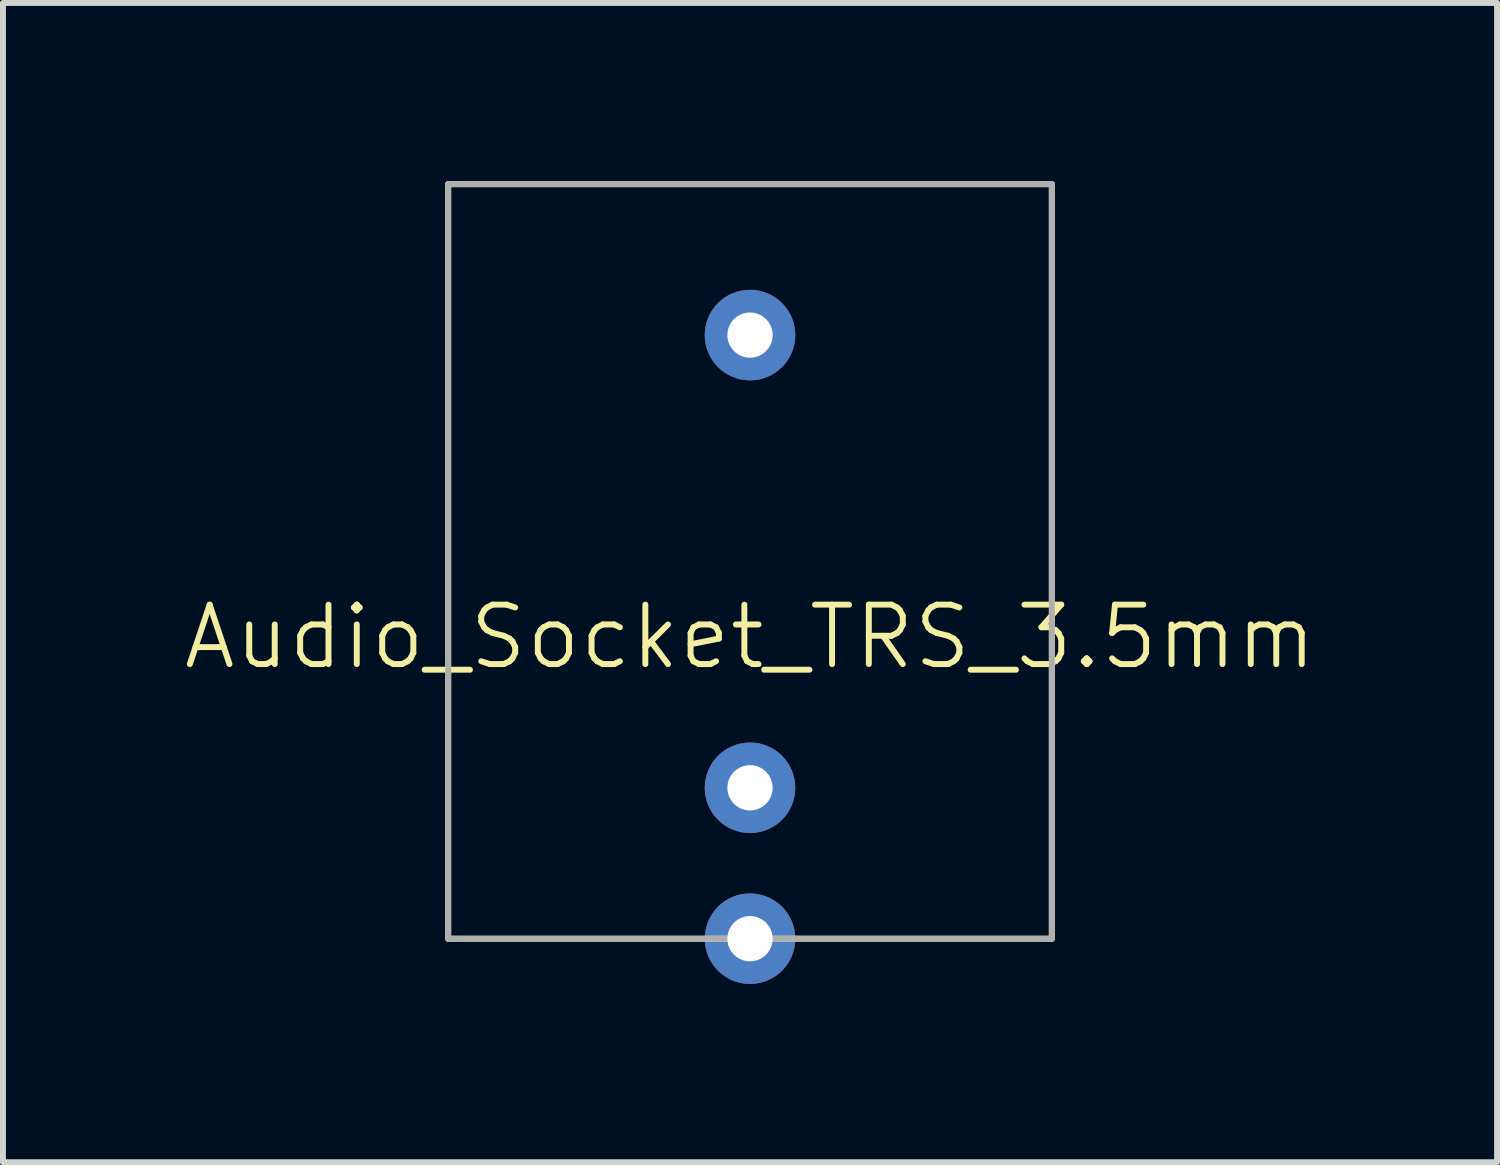
<source format=kicad_pcb>
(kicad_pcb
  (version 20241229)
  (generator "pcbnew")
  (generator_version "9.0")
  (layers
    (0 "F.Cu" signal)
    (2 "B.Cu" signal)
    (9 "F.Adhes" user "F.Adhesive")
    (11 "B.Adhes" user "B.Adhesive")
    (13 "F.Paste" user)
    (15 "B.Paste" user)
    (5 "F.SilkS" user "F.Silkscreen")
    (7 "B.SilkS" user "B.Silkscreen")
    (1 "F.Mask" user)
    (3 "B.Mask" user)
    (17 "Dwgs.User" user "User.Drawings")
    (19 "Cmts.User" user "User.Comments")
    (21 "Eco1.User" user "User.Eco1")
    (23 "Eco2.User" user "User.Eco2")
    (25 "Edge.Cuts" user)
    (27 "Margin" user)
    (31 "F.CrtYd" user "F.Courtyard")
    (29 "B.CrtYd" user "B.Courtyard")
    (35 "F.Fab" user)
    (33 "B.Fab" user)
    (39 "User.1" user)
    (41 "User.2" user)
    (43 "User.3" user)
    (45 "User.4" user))
  (footprint "Audio_Socket_TRS_3.5mm"
    (layer "F.Cu")
    (at 9.574 7.67)
    (property "Reference" "Audio_Socket_TRS_3.5mm" (at 0 0 0) (unlocked yes) (layer "F.SilkS") (effects (font (size 1 1) (thickness 0.1))))
    (attr through_hole)
    (fp_line (start -5.08 -7.62) (end -5.08 5.08) (stroke (width 0.1) (type default)) (layer "F.SilkS"))
    (fp_line (start -5.08 -7.62) (end 5.08 -7.62) (stroke (width 0.1) (type default)) (layer "F.SilkS"))
    (fp_line (start -5.08 5.08) (end 5.08 5.08) (stroke (width 0.1) (type default)) (layer "F.SilkS"))
    (fp_line (start 5.08 5.08) (end 5.08 -7.62) (stroke (width 0.1) (type default)) (layer "F.SilkS"))
    (fp_line (start -5.08 -7.62) (end 5.08 -7.62) (stroke (width 0.1) (type default)) (layer "F.Fab"))
    (fp_line (start -5.08 5.08) (end -5.08 -7.62) (stroke (width 0.1) (type default)) (layer "F.Fab"))
    (fp_line (start 5.08 -7.62) (end 5.08 5.08) (stroke (width 0.1) (type default)) (layer "F.Fab"))
    (fp_line (start 5.08 5.08) (end -5.08 5.08) (stroke (width 0.1) (type default)) (layer "F.Fab"))
    (pad "1" thru_hole circle (at 0 2.54 270) (size 1.524 1.524) (drill 0.762) (layers "*.Cu" "*.Mask"))
    (pad "2" thru_hole circle (at 0 -5.08 270) (size 1.524 1.524) (drill 0.762) (layers "*.Cu" "*.Mask"))
    (pad "3" thru_hole circle (at 0 5.08 270) (size 1.524 1.524) (drill 0.762) (layers "*.Cu" "*.Mask")))
  (gr_rect
    (start -3 -3)
    (end 22.148 16.512)
    (stroke (width 0.1) (type default))
    (fill no)
    (layer "Edge.Cuts")))
</source>
